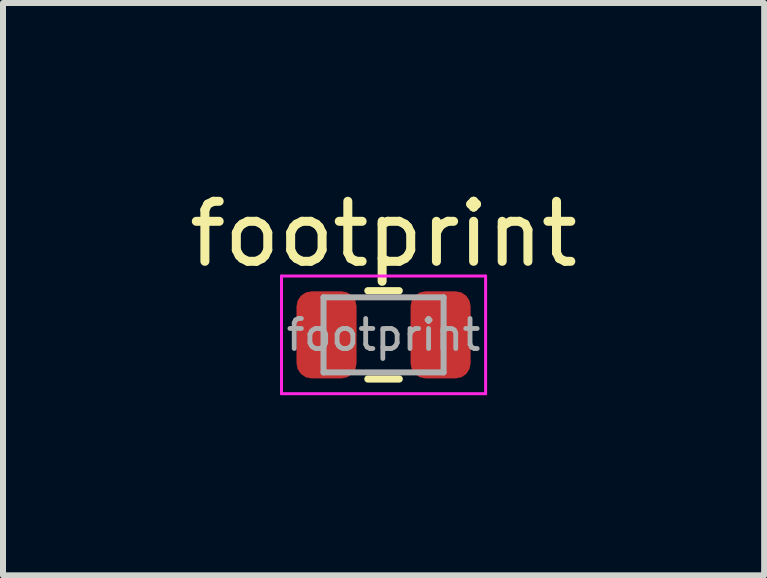
<source format=kicad_pcb>
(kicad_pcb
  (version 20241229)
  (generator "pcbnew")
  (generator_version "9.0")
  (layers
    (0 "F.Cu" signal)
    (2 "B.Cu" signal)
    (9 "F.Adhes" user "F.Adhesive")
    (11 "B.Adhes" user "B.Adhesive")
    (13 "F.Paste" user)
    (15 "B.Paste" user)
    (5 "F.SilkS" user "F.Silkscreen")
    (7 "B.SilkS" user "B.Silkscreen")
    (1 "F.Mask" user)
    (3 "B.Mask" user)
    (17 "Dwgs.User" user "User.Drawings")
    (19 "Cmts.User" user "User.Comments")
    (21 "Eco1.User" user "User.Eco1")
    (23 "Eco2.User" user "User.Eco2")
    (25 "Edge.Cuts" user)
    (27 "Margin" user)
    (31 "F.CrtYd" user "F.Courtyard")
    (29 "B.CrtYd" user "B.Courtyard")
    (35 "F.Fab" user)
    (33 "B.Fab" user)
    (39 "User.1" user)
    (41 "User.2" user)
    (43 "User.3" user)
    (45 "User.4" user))
  (footprint "footprint"
    (layer "F.Cu")
    (at 3.339 2.528)
    (property "Reference" "footprint" (at 0 -1.68 0) (layer "F.SilkS") (effects (font (size 1 1) (thickness 0.15))))
    (attr smd)
    (fp_line (start -0.261 -0.735) (end 0.261 -0.735) (stroke (width 0.12) (type solid)) (layer "F.SilkS"))
    (fp_line (start -0.261 0.735) (end 0.261 0.735) (stroke (width 0.12) (type solid)) (layer "F.SilkS"))
    (fp_line (start -1.7 -0.98) (end 1.7 -0.98) (stroke (width 0.05) (type solid)) (layer "F.CrtYd"))
    (fp_line (start -1.7 0.98) (end -1.7 -0.98) (stroke (width 0.05) (type solid)) (layer "F.CrtYd"))
    (fp_line (start 1.7 -0.98) (end 1.7 0.98) (stroke (width 0.05) (type solid)) (layer "F.CrtYd"))
    (fp_line (start 1.7 0.98) (end -1.7 0.98) (stroke (width 0.05) (type solid)) (layer "F.CrtYd"))
    (fp_line (start -1 -0.625) (end 1 -0.625) (stroke (width 0.1) (type solid)) (layer "F.Fab"))
    (fp_line (start -1 0.625) (end -1 -0.625) (stroke (width 0.1) (type solid)) (layer "F.Fab"))
    (fp_line (start 1 -0.625) (end 1 0.625) (stroke (width 0.1) (type solid)) (layer "F.Fab"))
    (fp_line (start 1 0.625) (end -1 0.625) (stroke (width 0.1) (type solid)) (layer "F.Fab"))
    (fp_text user "${REFERENCE}" (at 0 0 0) (layer "F.Fab") (effects (font (size 0.5 0.5) (thickness 0.08))))
    (pad "1" smd roundrect (at -0.95 0) (size 1 1.45) (layers "F.Cu" "F.Mask" "F.Paste") (roundrect_rratio 0.25))
    (pad "2" smd roundrect (at 0.95 0) (size 1 1.45) (layers "F.Cu" "F.Mask" "F.Paste") (roundrect_rratio 0.25)))
  (gr_rect
    (start -3 -3)
    (end 9.679 6.533)
    (stroke (width 0.1) (type default))
    (fill no)
    (layer "Edge.Cuts")))
</source>
